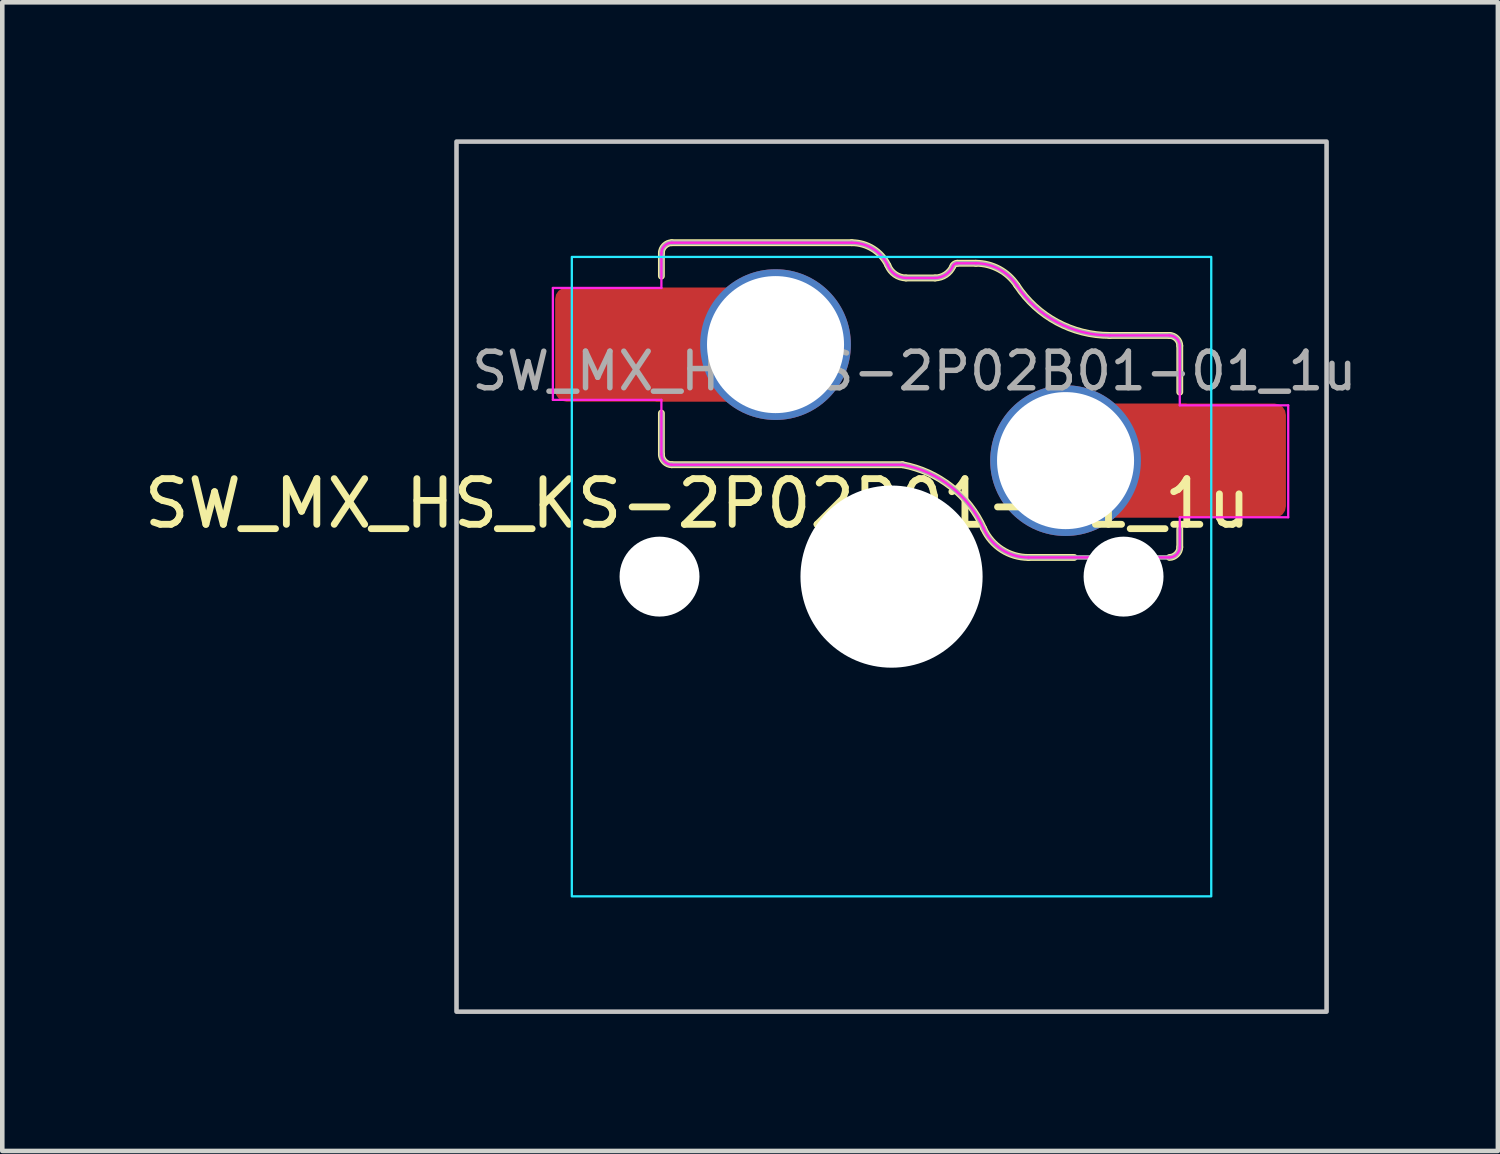
<source format=kicad_pcb>
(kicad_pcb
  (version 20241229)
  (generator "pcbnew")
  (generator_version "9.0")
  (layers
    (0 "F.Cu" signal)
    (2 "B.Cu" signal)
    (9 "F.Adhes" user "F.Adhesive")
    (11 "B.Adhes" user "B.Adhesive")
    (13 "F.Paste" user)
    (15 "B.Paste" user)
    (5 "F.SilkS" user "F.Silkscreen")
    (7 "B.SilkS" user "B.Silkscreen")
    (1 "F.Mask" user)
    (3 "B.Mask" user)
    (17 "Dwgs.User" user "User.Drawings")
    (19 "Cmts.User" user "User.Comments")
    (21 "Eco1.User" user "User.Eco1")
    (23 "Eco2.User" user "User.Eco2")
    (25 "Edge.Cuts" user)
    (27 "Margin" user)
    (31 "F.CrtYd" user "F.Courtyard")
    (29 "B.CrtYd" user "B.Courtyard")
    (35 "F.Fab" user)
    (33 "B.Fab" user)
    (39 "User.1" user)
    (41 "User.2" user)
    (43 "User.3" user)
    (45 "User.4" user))
  (footprint "SW_MX_HS_KS-2P02B01-01_1u"
    (layer "F.Cu")
    (at 16.47 9.575)
    (property "Reference" "SW_MX_HS_KS-2P02B01-01_1u" (at -4.25 -1.6 0) (layer "F.SilkS") (effects (font (size 1 1) (thickness 0.15))))
    (attr smd)
    (fp_line (start -5.039 -7.086) (end -5.039 -6.58) (stroke (width 0.15) (type solid)) (layer "F.SilkS"))
    (fp_line (start -5.039 -2.675) (end -5.039 -3.58) (stroke (width 0.15) (type solid)) (layer "F.SilkS"))
    (fp_line (start -4.814 -2.45) (end 0.239 -2.45) (stroke (width 0.15) (type solid)) (layer "F.SilkS"))
    (fp_line (start -0.871 -7.311) (end -4.814 -7.311) (stroke (width 0.15) (type solid)) (layer "F.SilkS"))
    (fp_line (start 0.954 -6.539) (end 0.316 -6.539) (stroke (width 0.15) (type solid)) (layer "F.SilkS"))
    (fp_line (start 1.437 -6.861) (end 1.846 -6.861) (stroke (width 0.15) (type solid)) (layer "F.SilkS"))
    (fp_line (start 2.997 -0.42) (end 4 -0.42) (stroke (width 0.15) (type solid)) (layer "F.SilkS"))
    (fp_line (start 6.086 -5.281) (end 4.775 -5.281) (stroke (width 0.15) (type solid)) (layer "F.SilkS"))
    (fp_line (start 6.311 -5.056) (end 6.311 -4.04) (stroke (width 0.15) (type solid)) (layer "F.SilkS"))
    (fp_line (start 6.311 -0.645) (end 6.311 -1.04) (stroke (width 0.15) (type solid)) (layer "F.SilkS"))
    (fp_arc (start -0.870659 -7.311006) (mid -0.404802 -7.177082) (end -0.081188 -6.816204) (stroke (width 0.15) (type solid)) (layer "F.SilkS"))
    (fp_arc (start 0.239066 -2.449741) (mid 1.301345 -1.970299) (end 2.018091 -1.051291) (stroke (width 0.15) (type solid)) (layer "F.SilkS"))
    (fp_arc (start 0.316284 -6.539103) (mid 0.075462 -6.617285) (end -0.081188 -6.816204) (stroke (width 0.15) (type solid)) (layer "F.SilkS"))
    (fp_arc (start 1.344869 -6.800882) (mid 1.1877 -6.612605) (end 0.953718 -6.539103) (stroke (width 0.15) (type solid)) (layer "F.SilkS"))
    (fp_arc (start 1.344869 -6.800882) (mid 1.381745 -6.844643) (end 1.436576 -6.861005) (stroke (width 0.15) (type solid)) (layer "F.SilkS"))
    (fp_arc (start 1.845965 -6.860996) (mid 2.356288 -6.732106) (end 2.744226 -6.376372) (stroke (width 0.15) (type solid)) (layer "F.SilkS"))
    (fp_arc (start 2.997274 -0.419747) (mid 2.414853 -0.591219) (end 2.018265 -1.05093) (stroke (width 0.15) (type solid)) (layer "F.SilkS"))
    (fp_arc (start 4.774564 -5.281006) (mid 3.62108 -5.572312) (end 2.744226 -6.376372) (stroke (width 0.15) (type solid)) (layer "F.SilkS"))
    (fp_curve (pts (xy -5.039 -2.675) (xy -5.039 -2.557) (xy -4.932 -2.45) (xy -4.814 -2.45)) (stroke (width 0.15) (type solid)) (layer "F.SilkS"))
    (fp_curve (pts (xy -4.814 -7.311) (xy -4.932 -7.311) (xy -5.039 -7.204) (xy -5.039 -7.086)) (stroke (width 0.15) (type solid)) (layer "F.SilkS"))
    (fp_curve (pts (xy 6.086 -0.42) (xy 6.203 -0.42) (xy 6.311 -0.527) (xy 6.311 -0.645)) (stroke (width 0.15) (type solid)) (layer "F.SilkS"))
    (fp_curve (pts (xy 6.311 -5.056) (xy 6.311 -5.174) (xy 6.203 -5.281) (xy 6.086 -5.281)) (stroke (width 0.15) (type solid)) (layer "F.SilkS"))
    (fp_rect (start -9.525 -9.525) (end 9.525 9.525) (stroke (width 0.1) (type default)) (fill no) (layer "Dwgs.User"))
    (fp_line (start -7 -6.5) (end -7 6.5) (stroke (width 0.05) (type solid)) (layer "Eco2.User"))
    (fp_line (start -6.5 7) (end 6.5 7) (stroke (width 0.05) (type solid)) (layer "Eco2.User"))
    (fp_line (start 6.5 -7) (end -6.5 -7) (stroke (width 0.05) (type solid)) (layer "Eco2.User"))
    (fp_line (start 7 6.5) (end 7 -6.5) (stroke (width 0.05) (type solid)) (layer "Eco2.User"))
    (fp_arc (start -7 -6.5) (mid -6.853553 -6.853553) (end -6.5 -7) (stroke (width 0.05) (type solid)) (layer "Eco2.User"))
    (fp_arc (start -6.497236 6.998884) (mid -6.850789 6.852437) (end -6.997236 6.498884) (stroke (width 0.05) (type solid)) (layer "Eco2.User"))
    (fp_arc (start 6.5 -7) (mid 6.853553 -6.853553) (end 7 -6.5) (stroke (width 0.05) (type solid)) (layer "Eco2.User"))
    (fp_arc (start 7 6.5) (mid 6.853553 6.853553) (end 6.5 7) (stroke (width 0.05) (type solid)) (layer "Eco2.User"))
    (fp_rect (start -7 -7) (end 7 7) (stroke (width 0.05) (type default)) (fill no) (layer "B.CrtYd"))
    (fp_line (start -7.415 -6.32) (end -5.039 -6.32) (stroke (width 0.05) (type solid)) (layer "F.CrtYd"))
    (fp_line (start -7.415 -3.87) (end -7.415 -6.32) (stroke (width 0.05) (type solid)) (layer "F.CrtYd"))
    (fp_line (start -5.039 -7.086) (end -5.039 -6.32) (stroke (width 0.05) (type solid)) (layer "F.CrtYd"))
    (fp_line (start -5.039 -3.87) (end -7.415 -3.87) (stroke (width 0.05) (type solid)) (layer "F.CrtYd"))
    (fp_line (start -5.039 -2.675) (end -5.039 -3.87) (stroke (width 0.05) (type solid)) (layer "F.CrtYd"))
    (fp_line (start -4.814 -2.45) (end 0.239 -2.45) (stroke (width 0.05) (type solid)) (layer "F.CrtYd"))
    (fp_line (start -0.871 -7.311) (end -4.814 -7.311) (stroke (width 0.05) (type solid)) (layer "F.CrtYd"))
    (fp_line (start 0.954 -6.539) (end 0.316 -6.539) (stroke (width 0.05) (type solid)) (layer "F.CrtYd"))
    (fp_line (start 1.437 -6.861) (end 1.846 -6.861) (stroke (width 0.05) (type solid)) (layer "F.CrtYd"))
    (fp_line (start 2.997 -0.42) (end 6.086 -0.42) (stroke (width 0.05) (type solid)) (layer "F.CrtYd"))
    (fp_line (start 6.086 -5.281) (end 4.775 -5.281) (stroke (width 0.05) (type solid)) (layer "F.CrtYd"))
    (fp_line (start 6.311 -5.056) (end 6.311 -3.75) (stroke (width 0.05) (type solid)) (layer "F.CrtYd"))
    (fp_line (start 6.311 -3.75) (end 8.685 -3.75) (stroke (width 0.05) (type solid)) (layer "F.CrtYd"))
    (fp_line (start 6.311 -0.645) (end 6.311 -1.3) (stroke (width 0.05) (type solid)) (layer "F.CrtYd"))
    (fp_line (start 8.685 -3.75) (end 8.685 -1.3) (stroke (width 0.05) (type solid)) (layer "F.CrtYd"))
    (fp_line (start 8.685 -1.3) (end 6.311 -1.3) (stroke (width 0.05) (type solid)) (layer "F.CrtYd"))
    (fp_arc (start -0.870659 -7.311006) (mid -0.404802 -7.177082) (end -0.081188 -6.816204) (stroke (width 0.05) (type solid)) (layer "F.CrtYd"))
    (fp_arc (start 0.239066 -2.449741) (mid 1.301345 -1.970299) (end 2.018091 -1.051291) (stroke (width 0.05) (type solid)) (layer "F.CrtYd"))
    (fp_arc (start 0.316284 -6.539103) (mid 0.075462 -6.617285) (end -0.081188 -6.816204) (stroke (width 0.05) (type solid)) (layer "F.CrtYd"))
    (fp_arc (start 1.344869 -6.800882) (mid 1.1877 -6.612605) (end 0.953718 -6.539103) (stroke (width 0.05) (type solid)) (layer "F.CrtYd"))
    (fp_arc (start 1.344869 -6.800882) (mid 1.381745 -6.844643) (end 1.436576 -6.861005) (stroke (width 0.05) (type solid)) (layer "F.CrtYd"))
    (fp_arc (start 1.845965 -6.860996) (mid 2.356288 -6.732106) (end 2.744226 -6.376372) (stroke (width 0.05) (type solid)) (layer "F.CrtYd"))
    (fp_arc (start 2.997274 -0.419747) (mid 2.414853 -0.591219) (end 2.018265 -1.05093) (stroke (width 0.05) (type solid)) (layer "F.CrtYd"))
    (fp_arc (start 4.774564 -5.281006) (mid 3.62108 -5.572312) (end 2.744226 -6.376372) (stroke (width 0.05) (type solid)) (layer "F.CrtYd"))
    (fp_curve (pts (xy -5.039 -2.675) (xy -5.039 -2.557) (xy -4.932 -2.45) (xy -4.814 -2.45)) (stroke (width 0.05) (type solid)) (layer "F.CrtYd"))
    (fp_curve (pts (xy -4.814 -7.311) (xy -4.932 -7.311) (xy -5.039 -7.204) (xy -5.039 -7.086)) (stroke (width 0.05) (type solid)) (layer "F.CrtYd"))
    (fp_curve (pts (xy 6.086 -0.42) (xy 6.203 -0.42) (xy 6.311 -0.527) (xy 6.311 -0.645)) (stroke (width 0.05) (type solid)) (layer "F.CrtYd"))
    (fp_curve (pts (xy 6.311 -5.056) (xy 6.311 -5.174) (xy 6.203 -5.281) (xy 6.086 -5.281)) (stroke (width 0.05) (type solid)) (layer "F.CrtYd"))
    (fp_line (start -5.039 -7.086) (end -5.039 -6.58) (stroke (width 0.1) (type solid)) (layer "F.Fab"))
    (fp_line (start -5.039 -2.675) (end -5.039 -3.58) (stroke (width 0.1) (type solid)) (layer "F.Fab"))
    (fp_line (start -4.814 -2.45) (end 0.239 -2.45) (stroke (width 0.1) (type solid)) (layer "F.Fab"))
    (fp_line (start -0.871 -7.311) (end -4.814 -7.311) (stroke (width 0.1) (type solid)) (layer "F.Fab"))
    (fp_line (start 0.954 -6.539) (end 0.316 -6.539) (stroke (width 0.1) (type solid)) (layer "F.Fab"))
    (fp_line (start 1.437 -6.861) (end 1.846 -6.861) (stroke (width 0.1) (type solid)) (layer "F.Fab"))
    (fp_line (start 2.997 -0.42) (end 6.086 -0.42) (stroke (width 0.1) (type solid)) (layer "F.Fab"))
    (fp_line (start 6.086 -5.281) (end 4.775 -5.281) (stroke (width 0.1) (type solid)) (layer "F.Fab"))
    (fp_line (start 6.311 -5.056) (end 6.311 -4.04) (stroke (width 0.1) (type solid)) (layer "F.Fab"))
    (fp_line (start 6.311 -0.645) (end 6.311 -1.04) (stroke (width 0.1) (type solid)) (layer "F.Fab"))
    (fp_arc (start -0.870659 -7.311006) (mid -0.404802 -7.177082) (end -0.081188 -6.816204) (stroke (width 0.1) (type solid)) (layer "F.Fab"))
    (fp_arc (start 0.239066 -2.449741) (mid 1.301345 -1.970299) (end 2.018091 -1.051291) (stroke (width 0.1) (type solid)) (layer "F.Fab"))
    (fp_arc (start 0.316284 -6.539103) (mid 0.075462 -6.617285) (end -0.081188 -6.816204) (stroke (width 0.1) (type solid)) (layer "F.Fab"))
    (fp_arc (start 1.344869 -6.800882) (mid 1.1877 -6.612605) (end 0.953718 -6.539103) (stroke (width 0.1) (type solid)) (layer "F.Fab"))
    (fp_arc (start 1.344869 -6.800882) (mid 1.381745 -6.844643) (end 1.436576 -6.861005) (stroke (width 0.1) (type solid)) (layer "F.Fab"))
    (fp_arc (start 1.845965 -6.860996) (mid 2.356288 -6.732106) (end 2.744226 -6.376372) (stroke (width 0.1) (type solid)) (layer "F.Fab"))
    (fp_arc (start 2.997274 -0.419747) (mid 2.414853 -0.591219) (end 2.018265 -1.05093) (stroke (width 0.1) (type solid)) (layer "F.Fab"))
    (fp_arc (start 4.774564 -5.281006) (mid 3.62108 -5.572312) (end 2.744226 -6.376372) (stroke (width 0.1) (type solid)) (layer "F.Fab"))
    (fp_curve (pts (xy -5.039 -2.675) (xy -5.039 -2.557) (xy -4.932 -2.45) (xy -4.814 -2.45)) (stroke (width 0.1) (type solid)) (layer "F.Fab"))
    (fp_curve (pts (xy -4.814 -7.311) (xy -4.932 -7.311) (xy -5.039 -7.204) (xy -5.039 -7.086)) (stroke (width 0.1) (type solid)) (layer "F.Fab"))
    (fp_curve (pts (xy 6.086 -0.42) (xy 6.203 -0.42) (xy 6.311 -0.527) (xy 6.311 -0.645)) (stroke (width 0.1) (type solid)) (layer "F.Fab"))
    (fp_curve (pts (xy 6.311 -5.056) (xy 6.311 -5.174) (xy 6.203 -5.281) (xy 6.086 -5.281)) (stroke (width 0.1) (type solid)) (layer "F.Fab"))
    (fp_text user "${REFERENCE}" (at 0.5 -4.5 0) (layer "F.Fab") (effects (font (size 0.8 0.8) (thickness 0.12))))
    (pad "" np_thru_hole circle (at -5.08 0) (size 1.75 1.75) (drill 1.75) (layers "*.Cu" "*.Mask"))
    (pad "" np_thru_hole circle (at 0 0) (size 3.988 3.988) (drill 3.988) (layers "*.Cu" "*.Mask"))
    (pad "" np_thru_hole circle (at 5.08 0) (size 1.75 1.75) (drill 1.75) (layers "*.Cu" "*.Mask"))
    (pad "1" thru_hole circle (at 3.81 -2.54) (size 3.3 3.3) (drill 3) (layers "*.Cu" "*.Mask"))
    (pad "1" smd rect (at 5.635 -2.54 180) (size 1.65 2.5) (layers "F.Cu"))
    (pad "1" smd roundrect (at 7.36 -2.54) (size 2.55 2.5) (layers "F.Cu" "F.Mask" "F.Paste") (roundrect_rratio 0.1))
    (pad "2" smd roundrect (at -6.09 -5.08) (size 2.55 2.5) (layers "F.Cu" "F.Mask" "F.Paste") (roundrect_rratio 0.1))
    (pad "2" smd rect (at -4.34 -5.08) (size 1.65 2.5) (layers "F.Cu"))
    (pad "2" thru_hole circle (at -2.54 -5.08) (size 3.3 3.3) (drill 3) (layers "*.Cu" "*.Mask")))
  (gr_rect
    (start -3 -3)
    (end 29.746 22.15)
    (stroke (width 0.1) (type default))
    (fill no)
    (layer "Edge.Cuts")))
</source>
